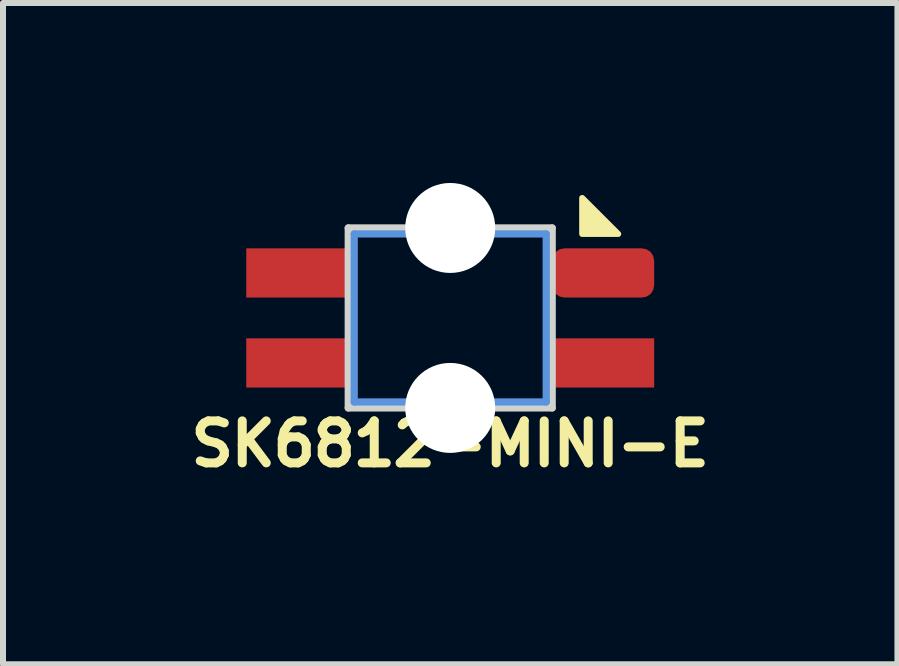
<source format=kicad_pcb>
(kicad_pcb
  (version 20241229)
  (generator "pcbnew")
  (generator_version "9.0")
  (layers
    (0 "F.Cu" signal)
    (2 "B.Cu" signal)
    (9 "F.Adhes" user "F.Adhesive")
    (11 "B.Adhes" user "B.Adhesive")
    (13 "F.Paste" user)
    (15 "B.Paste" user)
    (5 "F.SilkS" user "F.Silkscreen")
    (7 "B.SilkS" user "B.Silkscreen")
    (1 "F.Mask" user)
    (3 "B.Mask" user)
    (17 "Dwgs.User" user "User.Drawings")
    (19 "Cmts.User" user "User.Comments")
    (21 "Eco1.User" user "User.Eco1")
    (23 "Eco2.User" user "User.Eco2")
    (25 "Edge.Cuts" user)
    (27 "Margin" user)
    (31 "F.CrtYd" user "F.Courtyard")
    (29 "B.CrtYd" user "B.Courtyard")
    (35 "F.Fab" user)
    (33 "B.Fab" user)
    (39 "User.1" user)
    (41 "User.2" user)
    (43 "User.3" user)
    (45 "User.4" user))
  (footprint "SK6812-MINI-E"
    (layer "F.Cu")
    (at 4.455 2.25)
    (property "Reference" "SK6812-MINI-E" (at 0 2.1 0) (unlocked yes) (layer "F.SilkS") (effects (font (size 0.7 0.7) (thickness 0.15))))
    (attr through_hole)
    (fp_poly (pts (xy 2.8 -1.4) (xy 2.2 -1.4) (xy 2.2 -2)) (stroke (width 0.1) (type solid)) (fill yes) (layer "F.SilkS"))
    (fp_line (start -1.6 -1.4) (end 1.6 -1.4) (stroke (width 0.12) (type solid)) (layer "Cmts.User"))
    (fp_line (start -1.6 1.4) (end -1.6 -1.4) (stroke (width 0.12) (type solid)) (layer "Cmts.User"))
    (fp_line (start 1.6 -1.4) (end 1.6 1.4) (stroke (width 0.12) (type solid)) (layer "Cmts.User"))
    (fp_line (start 1.6 1.4) (end -1.6 1.4) (stroke (width 0.12) (type solid)) (layer "Cmts.User"))
    (fp_line (start -1.7 -1.5) (end 1.7 -1.5) (stroke (width 0.12) (type solid)) (layer "Edge.Cuts"))
    (fp_line (start -1.7 1.5) (end -1.7 -1.5) (stroke (width 0.12) (type solid)) (layer "Edge.Cuts"))
    (fp_line (start 1.7 -1.5) (end 1.7 1.5) (stroke (width 0.12) (type solid)) (layer "Edge.Cuts"))
    (fp_line (start 1.7 1.5) (end -1.7 1.5) (stroke (width 0.12) (type solid)) (layer "Edge.Cuts"))
    (pad "" np_thru_hole circle (at 0 -1.5) (size 1.5 1.5) (drill 1.5) (layers "*.Cu" "*.Mask"))
    (pad "" np_thru_hole circle (at 0 1.5) (size 1.5 1.5) (drill 1.5) (layers "*.Cu" "*.Mask"))
    (pad "1" smd rect (at -2.55 0.75) (size 1.7 0.82) (layers "F.Cu" "F.Mask" "F.Paste"))
    (pad "2" smd rect (at -2.55 -0.75) (size 1.7 0.82) (layers "F.Cu" "F.Mask" "F.Paste"))
    (pad "3" smd roundrect (at 2.55 -0.75) (size 1.7 0.82) (layers "F.Cu" "F.Mask" "F.Paste") (roundrect_rratio 0.25))
    (pad "4" smd rect (at 2.55 0.75) (size 1.7 0.82) (layers "F.Cu" "F.Mask" "F.Paste")))
  (gr_rect
    (start -3 -3)
    (end 11.91 8.023)
    (stroke (width 0.1) (type default))
    (fill no)
    (layer "Edge.Cuts")))
</source>
